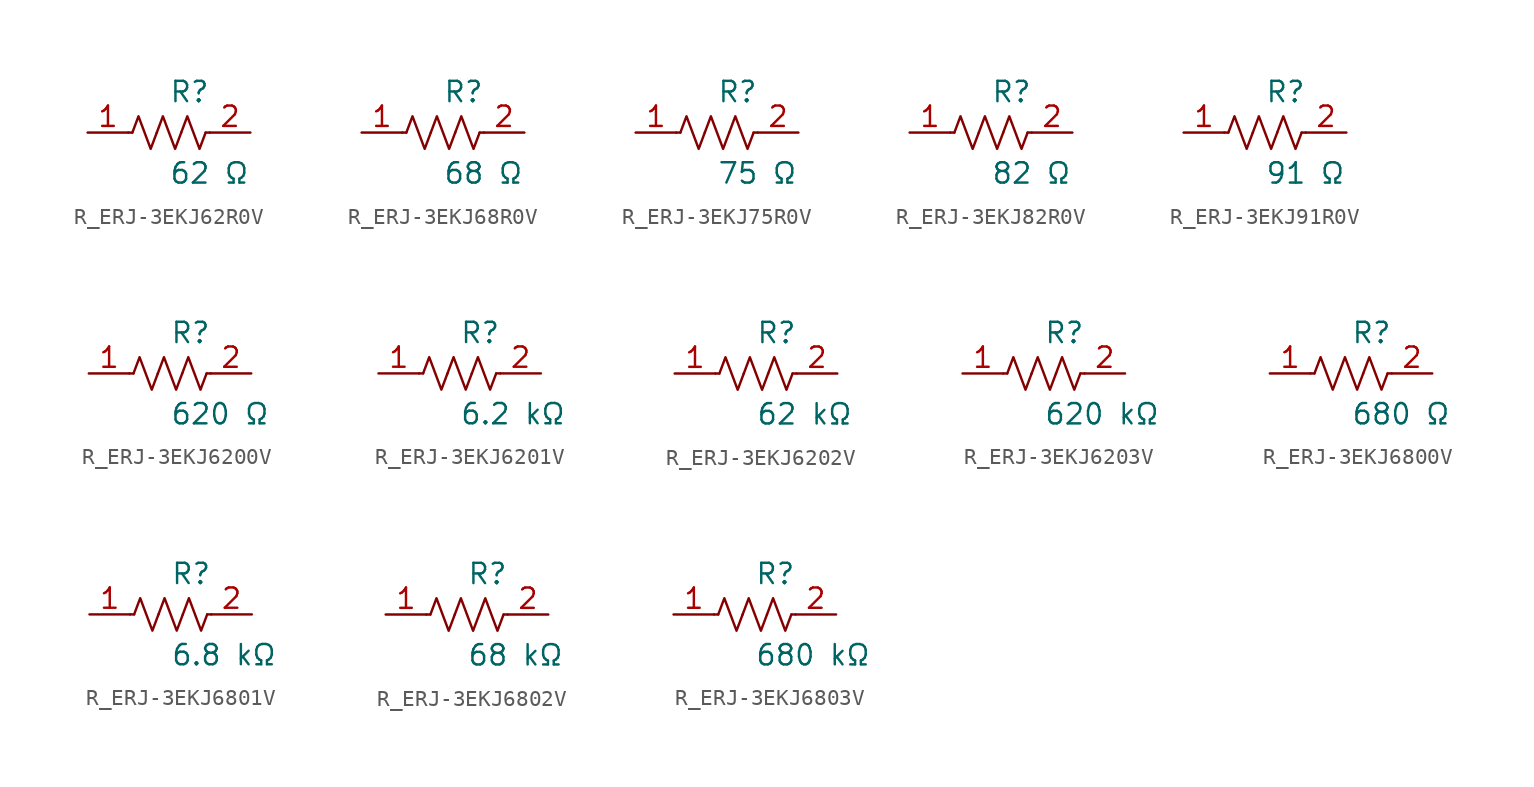
<source format=kicad_sym>
(kicad_symbol_lib
  (version 20231120)
  (generator kicad_symbol_editor)
  (generator_version 8.0)
  (symbol "R_ERJ-3EKJ62R0V"
    (pin_names
      (offset 0.254))
    (property "Reference" "R"
      (at 0.0 2.54 0)
      (effects (font (size 1.27 1.27)) (justify left)))
    (property "Value" "62 Ω"
      (at 0.0 -2.54 0)
      (effects (font (size 1.27 1.27)) (justify left)))
    (symbol "R_ERJ-3EKJ62R0V_0_1"
      (polyline (pts (xy 2.286 0) (xy 2.54 0)) (stroke (width 0) (type default)) (fill (type none)))
      (polyline (pts (xy -2.286 0) (xy -2.54 0)) (stroke (width 0) (type default)) (fill (type none)))
      (polyline (pts (xy 0.762 0) (xy 1.143 1.016) (xy 1.524 0) (xy 1.905 -1.016) (xy 2.286 0)) (stroke (width 0) (type default)) (fill (type none)))
      (polyline (pts (xy -0.762 0) (xy -0.381 1.016) (xy 0 0) (xy 0.381 -1.016) (xy 0.762 0)) (stroke (width 0) (type default)) (fill (type none)))
      (polyline (pts (xy -2.286 0) (xy -1.905 1.016) (xy -1.524 0) (xy -1.143 -1.016) (xy -0.762 0)) (stroke (width 0) (type default)) (fill (type none))))
    (pin unspecified line
      (at -5.08 0 0)
      (length 2.54)
      (name "" (effects (font (size 1.27 1.27))))
      (number "1" (effects (font (size 1.27 1.27)))))
    (pin unspecified line
      (at 5.08 0 180)
      (length 2.54)
      (name "" (effects (font (size 1.27 1.27))))
      (number "2" (effects (font (size 1.27 1.27))))))
  (symbol "R_ERJ-3EKJ68R0V"
    (pin_names
      (offset 0.254))
    (property "Reference" "R"
      (at 0.0 2.54 0)
      (effects (font (size 1.27 1.27)) (justify left)))
    (property "Value" "68 Ω"
      (at 0.0 -2.54 0)
      (effects (font (size 1.27 1.27)) (justify left)))
    (symbol "R_ERJ-3EKJ68R0V_0_1"
      (polyline (pts (xy 2.286 0) (xy 2.54 0)) (stroke (width 0) (type default)) (fill (type none)))
      (polyline (pts (xy -2.286 0) (xy -2.54 0)) (stroke (width 0) (type default)) (fill (type none)))
      (polyline (pts (xy 0.762 0) (xy 1.143 1.016) (xy 1.524 0) (xy 1.905 -1.016) (xy 2.286 0)) (stroke (width 0) (type default)) (fill (type none)))
      (polyline (pts (xy -0.762 0) (xy -0.381 1.016) (xy 0 0) (xy 0.381 -1.016) (xy 0.762 0)) (stroke (width 0) (type default)) (fill (type none)))
      (polyline (pts (xy -2.286 0) (xy -1.905 1.016) (xy -1.524 0) (xy -1.143 -1.016) (xy -0.762 0)) (stroke (width 0) (type default)) (fill (type none))))
    (pin unspecified line
      (at -5.08 0 0)
      (length 2.54)
      (name "" (effects (font (size 1.27 1.27))))
      (number "1" (effects (font (size 1.27 1.27)))))
    (pin unspecified line
      (at 5.08 0 180)
      (length 2.54)
      (name "" (effects (font (size 1.27 1.27))))
      (number "2" (effects (font (size 1.27 1.27))))))
  (symbol "R_ERJ-3EKJ75R0V"
    (pin_names
      (offset 0.254))
    (property "Reference" "R"
      (at 0.0 2.54 0)
      (effects (font (size 1.27 1.27)) (justify left)))
    (property "Value" "75 Ω"
      (at 0.0 -2.54 0)
      (effects (font (size 1.27 1.27)) (justify left)))
    (symbol "R_ERJ-3EKJ75R0V_0_1"
      (polyline (pts (xy 2.286 0) (xy 2.54 0)) (stroke (width 0) (type default)) (fill (type none)))
      (polyline (pts (xy -2.286 0) (xy -2.54 0)) (stroke (width 0) (type default)) (fill (type none)))
      (polyline (pts (xy 0.762 0) (xy 1.143 1.016) (xy 1.524 0) (xy 1.905 -1.016) (xy 2.286 0)) (stroke (width 0) (type default)) (fill (type none)))
      (polyline (pts (xy -0.762 0) (xy -0.381 1.016) (xy 0 0) (xy 0.381 -1.016) (xy 0.762 0)) (stroke (width 0) (type default)) (fill (type none)))
      (polyline (pts (xy -2.286 0) (xy -1.905 1.016) (xy -1.524 0) (xy -1.143 -1.016) (xy -0.762 0)) (stroke (width 0) (type default)) (fill (type none))))
    (pin unspecified line
      (at -5.08 0 0)
      (length 2.54)
      (name "" (effects (font (size 1.27 1.27))))
      (number "1" (effects (font (size 1.27 1.27)))))
    (pin unspecified line
      (at 5.08 0 180)
      (length 2.54)
      (name "" (effects (font (size 1.27 1.27))))
      (number "2" (effects (font (size 1.27 1.27))))))
  (symbol "R_ERJ-3EKJ82R0V"
    (pin_names
      (offset 0.254))
    (property "Reference" "R"
      (at 0.0 2.54 0)
      (effects (font (size 1.27 1.27)) (justify left)))
    (property "Value" "82 Ω"
      (at 0.0 -2.54 0)
      (effects (font (size 1.27 1.27)) (justify left)))
    (symbol "R_ERJ-3EKJ82R0V_0_1"
      (polyline (pts (xy 2.286 0) (xy 2.54 0)) (stroke (width 0) (type default)) (fill (type none)))
      (polyline (pts (xy -2.286 0) (xy -2.54 0)) (stroke (width 0) (type default)) (fill (type none)))
      (polyline (pts (xy 0.762 0) (xy 1.143 1.016) (xy 1.524 0) (xy 1.905 -1.016) (xy 2.286 0)) (stroke (width 0) (type default)) (fill (type none)))
      (polyline (pts (xy -0.762 0) (xy -0.381 1.016) (xy 0 0) (xy 0.381 -1.016) (xy 0.762 0)) (stroke (width 0) (type default)) (fill (type none)))
      (polyline (pts (xy -2.286 0) (xy -1.905 1.016) (xy -1.524 0) (xy -1.143 -1.016) (xy -0.762 0)) (stroke (width 0) (type default)) (fill (type none))))
    (pin unspecified line
      (at -5.08 0 0)
      (length 2.54)
      (name "" (effects (font (size 1.27 1.27))))
      (number "1" (effects (font (size 1.27 1.27)))))
    (pin unspecified line
      (at 5.08 0 180)
      (length 2.54)
      (name "" (effects (font (size 1.27 1.27))))
      (number "2" (effects (font (size 1.27 1.27))))))
  (symbol "R_ERJ-3EKJ91R0V"
    (pin_names
      (offset 0.254))
    (property "Reference" "R"
      (at 0.0 2.54 0)
      (effects (font (size 1.27 1.27)) (justify left)))
    (property "Value" "91 Ω"
      (at 0.0 -2.54 0)
      (effects (font (size 1.27 1.27)) (justify left)))
    (symbol "R_ERJ-3EKJ91R0V_0_1"
      (polyline (pts (xy 2.286 0) (xy 2.54 0)) (stroke (width 0) (type default)) (fill (type none)))
      (polyline (pts (xy -2.286 0) (xy -2.54 0)) (stroke (width 0) (type default)) (fill (type none)))
      (polyline (pts (xy 0.762 0) (xy 1.143 1.016) (xy 1.524 0) (xy 1.905 -1.016) (xy 2.286 0)) (stroke (width 0) (type default)) (fill (type none)))
      (polyline (pts (xy -0.762 0) (xy -0.381 1.016) (xy 0 0) (xy 0.381 -1.016) (xy 0.762 0)) (stroke (width 0) (type default)) (fill (type none)))
      (polyline (pts (xy -2.286 0) (xy -1.905 1.016) (xy -1.524 0) (xy -1.143 -1.016) (xy -0.762 0)) (stroke (width 0) (type default)) (fill (type none))))
    (pin unspecified line
      (at -5.08 0 0)
      (length 2.54)
      (name "" (effects (font (size 1.27 1.27))))
      (number "1" (effects (font (size 1.27 1.27)))))
    (pin unspecified line
      (at 5.08 0 180)
      (length 2.54)
      (name "" (effects (font (size 1.27 1.27))))
      (number "2" (effects (font (size 1.27 1.27))))))
  (symbol "R_ERJ-3EKJ6200V"
    (pin_names
      (offset 0.254))
    (property "Reference" "R"
      (at 0.0 2.54 0)
      (effects (font (size 1.27 1.27)) (justify left)))
    (property "Value" "620 Ω"
      (at 0.0 -2.54 0)
      (effects (font (size 1.27 1.27)) (justify left)))
    (symbol "R_ERJ-3EKJ6200V_0_1"
      (polyline (pts (xy 2.286 0) (xy 2.54 0)) (stroke (width 0) (type default)) (fill (type none)))
      (polyline (pts (xy -2.286 0) (xy -2.54 0)) (stroke (width 0) (type default)) (fill (type none)))
      (polyline (pts (xy 0.762 0) (xy 1.143 1.016) (xy 1.524 0) (xy 1.905 -1.016) (xy 2.286 0)) (stroke (width 0) (type default)) (fill (type none)))
      (polyline (pts (xy -0.762 0) (xy -0.381 1.016) (xy 0 0) (xy 0.381 -1.016) (xy 0.762 0)) (stroke (width 0) (type default)) (fill (type none)))
      (polyline (pts (xy -2.286 0) (xy -1.905 1.016) (xy -1.524 0) (xy -1.143 -1.016) (xy -0.762 0)) (stroke (width 0) (type default)) (fill (type none))))
    (pin unspecified line
      (at -5.08 0 0)
      (length 2.54)
      (name "" (effects (font (size 1.27 1.27))))
      (number "1" (effects (font (size 1.27 1.27)))))
    (pin unspecified line
      (at 5.08 0 180)
      (length 2.54)
      (name "" (effects (font (size 1.27 1.27))))
      (number "2" (effects (font (size 1.27 1.27))))))
  (symbol "R_ERJ-3EKJ6201V"
    (pin_names
      (offset 0.254))
    (property "Reference" "R"
      (at 0.0 2.54 0)
      (effects (font (size 1.27 1.27)) (justify left)))
    (property "Value" "6.2 kΩ"
      (at 0.0 -2.54 0)
      (effects (font (size 1.27 1.27)) (justify left)))
    (symbol "R_ERJ-3EKJ6201V_0_1"
      (polyline (pts (xy 2.286 0) (xy 2.54 0)) (stroke (width 0) (type default)) (fill (type none)))
      (polyline (pts (xy -2.286 0) (xy -2.54 0)) (stroke (width 0) (type default)) (fill (type none)))
      (polyline (pts (xy 0.762 0) (xy 1.143 1.016) (xy 1.524 0) (xy 1.905 -1.016) (xy 2.286 0)) (stroke (width 0) (type default)) (fill (type none)))
      (polyline (pts (xy -0.762 0) (xy -0.381 1.016) (xy 0 0) (xy 0.381 -1.016) (xy 0.762 0)) (stroke (width 0) (type default)) (fill (type none)))
      (polyline (pts (xy -2.286 0) (xy -1.905 1.016) (xy -1.524 0) (xy -1.143 -1.016) (xy -0.762 0)) (stroke (width 0) (type default)) (fill (type none))))
    (pin unspecified line
      (at -5.08 0 0)
      (length 2.54)
      (name "" (effects (font (size 1.27 1.27))))
      (number "1" (effects (font (size 1.27 1.27)))))
    (pin unspecified line
      (at 5.08 0 180)
      (length 2.54)
      (name "" (effects (font (size 1.27 1.27))))
      (number "2" (effects (font (size 1.27 1.27))))))
  (symbol "R_ERJ-3EKJ6202V"
    (pin_names
      (offset 0.254))
    (property "Reference" "R"
      (at 0.0 2.54 0)
      (effects (font (size 1.27 1.27)) (justify left)))
    (property "Value" "62 kΩ"
      (at 0.0 -2.54 0)
      (effects (font (size 1.27 1.27)) (justify left)))
    (symbol "R_ERJ-3EKJ6202V_0_1"
      (polyline (pts (xy 2.286 0) (xy 2.54 0)) (stroke (width 0) (type default)) (fill (type none)))
      (polyline (pts (xy -2.286 0) (xy -2.54 0)) (stroke (width 0) (type default)) (fill (type none)))
      (polyline (pts (xy 0.762 0) (xy 1.143 1.016) (xy 1.524 0) (xy 1.905 -1.016) (xy 2.286 0)) (stroke (width 0) (type default)) (fill (type none)))
      (polyline (pts (xy -0.762 0) (xy -0.381 1.016) (xy 0 0) (xy 0.381 -1.016) (xy 0.762 0)) (stroke (width 0) (type default)) (fill (type none)))
      (polyline (pts (xy -2.286 0) (xy -1.905 1.016) (xy -1.524 0) (xy -1.143 -1.016) (xy -0.762 0)) (stroke (width 0) (type default)) (fill (type none))))
    (pin unspecified line
      (at -5.08 0 0)
      (length 2.54)
      (name "" (effects (font (size 1.27 1.27))))
      (number "1" (effects (font (size 1.27 1.27)))))
    (pin unspecified line
      (at 5.08 0 180)
      (length 2.54)
      (name "" (effects (font (size 1.27 1.27))))
      (number "2" (effects (font (size 1.27 1.27))))))
  (symbol "R_ERJ-3EKJ6203V"
    (pin_names
      (offset 0.254))
    (property "Reference" "R"
      (at 0.0 2.54 0)
      (effects (font (size 1.27 1.27)) (justify left)))
    (property "Value" "620 kΩ"
      (at 0.0 -2.54 0)
      (effects (font (size 1.27 1.27)) (justify left)))
    (symbol "R_ERJ-3EKJ6203V_0_1"
      (polyline (pts (xy 2.286 0) (xy 2.54 0)) (stroke (width 0) (type default)) (fill (type none)))
      (polyline (pts (xy -2.286 0) (xy -2.54 0)) (stroke (width 0) (type default)) (fill (type none)))
      (polyline (pts (xy 0.762 0) (xy 1.143 1.016) (xy 1.524 0) (xy 1.905 -1.016) (xy 2.286 0)) (stroke (width 0) (type default)) (fill (type none)))
      (polyline (pts (xy -0.762 0) (xy -0.381 1.016) (xy 0 0) (xy 0.381 -1.016) (xy 0.762 0)) (stroke (width 0) (type default)) (fill (type none)))
      (polyline (pts (xy -2.286 0) (xy -1.905 1.016) (xy -1.524 0) (xy -1.143 -1.016) (xy -0.762 0)) (stroke (width 0) (type default)) (fill (type none))))
    (pin unspecified line
      (at -5.08 0 0)
      (length 2.54)
      (name "" (effects (font (size 1.27 1.27))))
      (number "1" (effects (font (size 1.27 1.27)))))
    (pin unspecified line
      (at 5.08 0 180)
      (length 2.54)
      (name "" (effects (font (size 1.27 1.27))))
      (number "2" (effects (font (size 1.27 1.27))))))
  (symbol "R_ERJ-3EKJ6800V"
    (pin_names
      (offset 0.254))
    (property "Reference" "R"
      (at 0.0 2.54 0)
      (effects (font (size 1.27 1.27)) (justify left)))
    (property "Value" "680 Ω"
      (at 0.0 -2.54 0)
      (effects (font (size 1.27 1.27)) (justify left)))
    (symbol "R_ERJ-3EKJ6800V_0_1"
      (polyline (pts (xy 2.286 0) (xy 2.54 0)) (stroke (width 0) (type default)) (fill (type none)))
      (polyline (pts (xy -2.286 0) (xy -2.54 0)) (stroke (width 0) (type default)) (fill (type none)))
      (polyline (pts (xy 0.762 0) (xy 1.143 1.016) (xy 1.524 0) (xy 1.905 -1.016) (xy 2.286 0)) (stroke (width 0) (type default)) (fill (type none)))
      (polyline (pts (xy -0.762 0) (xy -0.381 1.016) (xy 0 0) (xy 0.381 -1.016) (xy 0.762 0)) (stroke (width 0) (type default)) (fill (type none)))
      (polyline (pts (xy -2.286 0) (xy -1.905 1.016) (xy -1.524 0) (xy -1.143 -1.016) (xy -0.762 0)) (stroke (width 0) (type default)) (fill (type none))))
    (pin unspecified line
      (at -5.08 0 0)
      (length 2.54)
      (name "" (effects (font (size 1.27 1.27))))
      (number "1" (effects (font (size 1.27 1.27)))))
    (pin unspecified line
      (at 5.08 0 180)
      (length 2.54)
      (name "" (effects (font (size 1.27 1.27))))
      (number "2" (effects (font (size 1.27 1.27))))))
  (symbol "R_ERJ-3EKJ6801V"
    (pin_names
      (offset 0.254))
    (property "Reference" "R"
      (at 0.0 2.54 0)
      (effects (font (size 1.27 1.27)) (justify left)))
    (property "Value" "6.8 kΩ"
      (at 0.0 -2.54 0)
      (effects (font (size 1.27 1.27)) (justify left)))
    (symbol "R_ERJ-3EKJ6801V_0_1"
      (polyline (pts (xy 2.286 0) (xy 2.54 0)) (stroke (width 0) (type default)) (fill (type none)))
      (polyline (pts (xy -2.286 0) (xy -2.54 0)) (stroke (width 0) (type default)) (fill (type none)))
      (polyline (pts (xy 0.762 0) (xy 1.143 1.016) (xy 1.524 0) (xy 1.905 -1.016) (xy 2.286 0)) (stroke (width 0) (type default)) (fill (type none)))
      (polyline (pts (xy -0.762 0) (xy -0.381 1.016) (xy 0 0) (xy 0.381 -1.016) (xy 0.762 0)) (stroke (width 0) (type default)) (fill (type none)))
      (polyline (pts (xy -2.286 0) (xy -1.905 1.016) (xy -1.524 0) (xy -1.143 -1.016) (xy -0.762 0)) (stroke (width 0) (type default)) (fill (type none))))
    (pin unspecified line
      (at -5.08 0 0)
      (length 2.54)
      (name "" (effects (font (size 1.27 1.27))))
      (number "1" (effects (font (size 1.27 1.27)))))
    (pin unspecified line
      (at 5.08 0 180)
      (length 2.54)
      (name "" (effects (font (size 1.27 1.27))))
      (number "2" (effects (font (size 1.27 1.27))))))
  (symbol "R_ERJ-3EKJ6802V"
    (pin_names
      (offset 0.254))
    (property "Reference" "R"
      (at 0.0 2.54 0)
      (effects (font (size 1.27 1.27)) (justify left)))
    (property "Value" "68 kΩ"
      (at 0.0 -2.54 0)
      (effects (font (size 1.27 1.27)) (justify left)))
    (symbol "R_ERJ-3EKJ6802V_0_1"
      (polyline (pts (xy 2.286 0) (xy 2.54 0)) (stroke (width 0) (type default)) (fill (type none)))
      (polyline (pts (xy -2.286 0) (xy -2.54 0)) (stroke (width 0) (type default)) (fill (type none)))
      (polyline (pts (xy 0.762 0) (xy 1.143 1.016) (xy 1.524 0) (xy 1.905 -1.016) (xy 2.286 0)) (stroke (width 0) (type default)) (fill (type none)))
      (polyline (pts (xy -0.762 0) (xy -0.381 1.016) (xy 0 0) (xy 0.381 -1.016) (xy 0.762 0)) (stroke (width 0) (type default)) (fill (type none)))
      (polyline (pts (xy -2.286 0) (xy -1.905 1.016) (xy -1.524 0) (xy -1.143 -1.016) (xy -0.762 0)) (stroke (width 0) (type default)) (fill (type none))))
    (pin unspecified line
      (at -5.08 0 0)
      (length 2.54)
      (name "" (effects (font (size 1.27 1.27))))
      (number "1" (effects (font (size 1.27 1.27)))))
    (pin unspecified line
      (at 5.08 0 180)
      (length 2.54)
      (name "" (effects (font (size 1.27 1.27))))
      (number "2" (effects (font (size 1.27 1.27))))))
  (symbol "R_ERJ-3EKJ6803V"
    (pin_names
      (offset 0.254))
    (property "Reference" "R"
      (at 0.0 2.54 0)
      (effects (font (size 1.27 1.27)) (justify left)))
    (property "Value" "680 kΩ"
      (at 0.0 -2.54 0)
      (effects (font (size 1.27 1.27)) (justify left)))
    (symbol "R_ERJ-3EKJ6803V_0_1"
      (polyline (pts (xy 2.286 0) (xy 2.54 0)) (stroke (width 0) (type default)) (fill (type none)))
      (polyline (pts (xy -2.286 0) (xy -2.54 0)) (stroke (width 0) (type default)) (fill (type none)))
      (polyline (pts (xy 0.762 0) (xy 1.143 1.016) (xy 1.524 0) (xy 1.905 -1.016) (xy 2.286 0)) (stroke (width 0) (type default)) (fill (type none)))
      (polyline (pts (xy -0.762 0) (xy -0.381 1.016) (xy 0 0) (xy 0.381 -1.016) (xy 0.762 0)) (stroke (width 0) (type default)) (fill (type none)))
      (polyline (pts (xy -2.286 0) (xy -1.905 1.016) (xy -1.524 0) (xy -1.143 -1.016) (xy -0.762 0)) (stroke (width 0) (type default)) (fill (type none))))
    (pin unspecified line
      (at -5.08 0 0)
      (length 2.54)
      (name "" (effects (font (size 1.27 1.27))))
      (number "1" (effects (font (size 1.27 1.27)))))
    (pin unspecified line
      (at 5.08 0 180)
      (length 2.54)
      (name "" (effects (font (size 1.27 1.27))))
      (number "2" (effects (font (size 1.27 1.27)))))))
</source>
